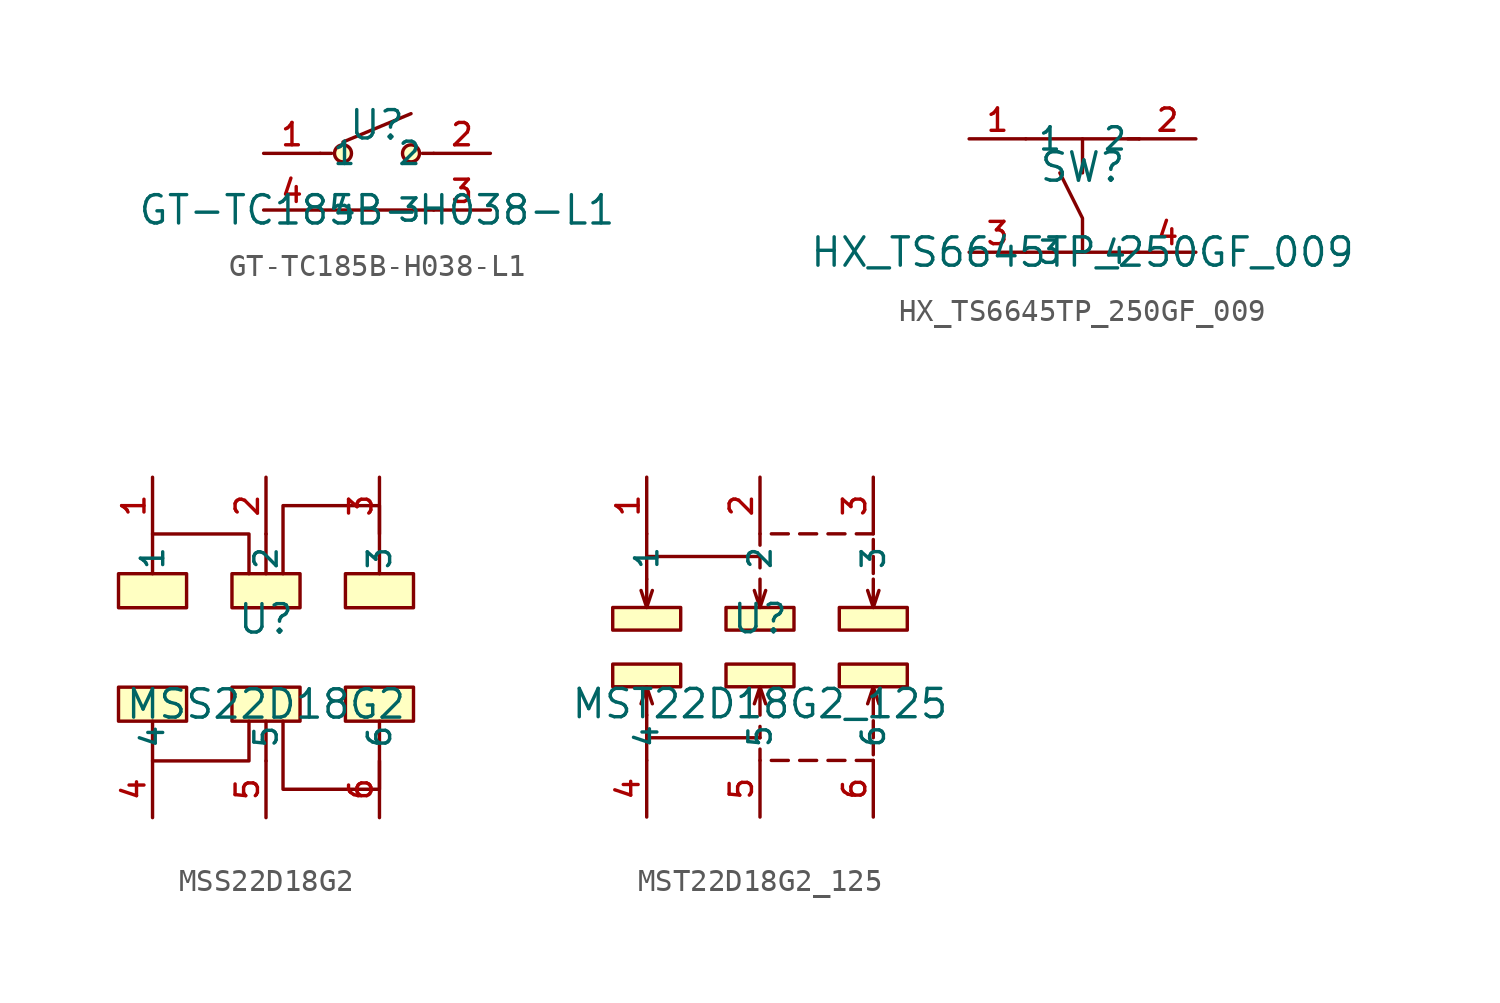
<source format=kicad_sym>
(kicad_symbol_lib
  (version 20231120)
  (generator "kicad_symbol_editor")
  (generator_version "8.0")
  (symbol "GT-TC185B-H038-L1"
    (property "Reference" "U"
      (at 0 1.27 0)
      (effects (font (size 1.27 1.27))))
    (property "Value" "GT-TC185B-H038-L1"
      (at 0 -2.54 0)
      (effects (font (size 1.27 1.27))))
    (symbol "GT-TC185B-H038-L1_0_1"
      (polyline (pts (xy -2.54 -2.54) (xy 2.54 -2.54)) (stroke (width 0) (type default) (color 0 0 0 0)) (fill (type none)))
      (circle (center -1.524 -0.0) (radius 0.381) (stroke (width 0) (type default) (color 0 0 0 0)) (fill (type background)))
      (circle (center 1.524 -0.0) (radius 0.381) (stroke (width 0) (type default) (color 0 0 0 0)) (fill (type background)))
      (polyline (pts (xy 2.032 -0.0) (xy 2.54 -0.0)) (stroke (width 0) (type default) (color 0 0 0 0)) (fill (type none)))
      (polyline (pts (xy -2.032 -0.0) (xy -2.54 -0.0)) (stroke (width 0) (type default) (color 0 0 0 0)) (fill (type none)))
      (polyline (pts (xy -1.524 0.508) (xy 1.524 1.778)) (stroke (width 0) (type default) (color 0 0 0 0)) (fill (type none)))
      (pin unspecified line (at -5.08 -0.0 0) (length 2.54) (name "1" (effects (font (size 1 1)))) (number "1" (effects (font (size 1 1)))))
      (pin unspecified line (at 5.08 -0.0 180) (length 2.54) (name "2" (effects (font (size 1 1)))) (number "2" (effects (font (size 1 1)))))
      (pin unspecified line (at 5.08 -2.54 180) (length 2.54) (name "3" (effects (font (size 1 1)))) (number "3" (effects (font (size 1 1)))))
      (pin unspecified line (at -5.08 -2.54 0) (length 2.54) (name "4" (effects (font (size 1 1)))) (number "4" (effects (font (size 1 1)))))))
  (symbol "HX_TS6645TP_250GF_009"
    (property "Reference" "SW"
      (at 0 1.27 0)
      (effects (font (size 1.27 1.27))))
    (property "Value" "HX_TS6645TP_250GF_009"
      (at 0 -2.54 0)
      (effects (font (size 1.27 1.27))))
    (symbol "HX_TS6645TP_250GF_009_0_1"
      (pin unspecified line (at 5.08 -2.54 180) (length 2.54) (name "4" (effects (font (size 1 1)))) (number "4" (effects (font (size 1 1)))))
      (pin unspecified line (at -5.08 -2.54 0) (length 2.54) (name "3" (effects (font (size 1 1)))) (number "3" (effects (font (size 1 1)))))
      (pin unspecified line (at 5.08 2.54 180) (length 2.54) (name "2" (effects (font (size 1 1)))) (number "2" (effects (font (size 1 1)))))
      (pin unspecified line (at -5.08 2.54 0) (length 2.54) (name "1" (effects (font (size 1 1)))) (number "1" (effects (font (size 1 1)))))
      (polyline (pts (xy 2.032 2.54) (xy 2.54 2.54)) (stroke (width 0) (type default) (color 0 0 0 0)) (fill (type none)))
      (polyline (pts (xy -2.54 2.54) (xy 2.54 2.54)) (stroke (width 0) (type default) (color 0 0 0 0)) (fill (type none)))
      (polyline (pts (xy -2.54 -2.54) (xy 2.54 -2.54)) (stroke (width 0) (type default) (color 0 0 0 0)) (fill (type none)))
      (polyline (pts (xy 0.0 2.54) (xy 0.0 1.016)) (stroke (width 0) (type default) (color 0 0 0 0)) (fill (type none)))
      (polyline (pts (xy 0.0 -2.54) (xy 0.0 -1.016) (xy -1.016 1.016)) (stroke (width 0) (type default) (color 0 0 0 0)) (fill (type none)))))
  (symbol "MSS22D18G2"
    (property "Reference" "U"
      (at 0 1.27 0)
      (effects (font (size 1.27 1.27))))
    (property "Value" "MSS22D18G2"
      (at 0 -2.54 0)
      (effects (font (size 1.27 1.27))))
    (symbol "MSS22D18G2_0_1"
      (rectangle (start -6.604 -1.778) (end -3.556 -3.302) (stroke (width 0) (type default)) (fill (type background)))
      (rectangle (start -6.604 3.302) (end -3.556 1.778) (stroke (width 0) (type default)) (fill (type background)))
      (rectangle (start -1.524 -1.778) (end 1.524 -3.302) (stroke (width 0) (type default)) (fill (type background)))
      (rectangle (start -1.524 3.302) (end 1.524 1.778) (stroke (width 0) (type default)) (fill (type background)))
      (polyline (pts (xy 0 -5.08) (xy 0 -3.302)) (stroke (width 0) (type default)) (fill (type none)))
      (polyline (pts (xy 0 5.08) (xy 0 3.302)) (stroke (width 0) (type default)) (fill (type none)))
      (polyline (pts (xy -5.08 -3.302) (xy -5.08 -5.08) (xy -0.762 -5.08) (xy -0.762 -3.302)) (stroke (width 0) (type default)) (fill (type none)))
      (polyline (pts (xy -5.08 3.302) (xy -5.08 5.08) (xy -0.762 5.08) (xy -0.762 3.302)) (stroke (width 0) (type default)) (fill (type none)))
      (polyline (pts (xy 0.762 -3.302) (xy 0.762 -6.35) (xy 5.08 -6.35) (xy 5.08 -3.302)) (stroke (width 0) (type default)) (fill (type none)))
      (polyline (pts (xy 0.762 3.302) (xy 0.762 6.35) (xy 5.08 6.35) (xy 5.08 3.302)) (stroke (width 0) (type default)) (fill (type none)))
      (rectangle (start 3.556 -1.778) (end 6.604 -3.302) (stroke (width 0) (type default)) (fill (type background)))
      (rectangle (start 3.556 3.302) (end 6.604 1.778) (stroke (width 0) (type default)) (fill (type background)))
      (pin unspecified line (at -5.08 7.62 270) (length 2.54) (name "1" (effects (font (size 1 1)))) (number "1" (effects (font (size 1 1)))))
      (pin unspecified line (at 0 7.62 270) (length 2.54) (name "2" (effects (font (size 1 1)))) (number "2" (effects (font (size 1 1)))))
      (pin unspecified line (at 5.08 7.62 270) (length 2.54) (name "3" (effects (font (size 1 1)))) (number "3" (effects (font (size 1 1)))))
      (pin unspecified line (at -5.08 -7.62 90) (length 2.54) (name "4" (effects (font (size 1 1)))) (number "4" (effects (font (size 1 1)))))
      (pin unspecified line (at 0 -7.62 90) (length 2.54) (name "5" (effects (font (size 1 1)))) (number "5" (effects (font (size 1 1)))))
      (pin unspecified line (at 5.08 -7.62 90) (length 2.54) (name "6" (effects (font (size 1 1)))) (number "6" (effects (font (size 1 1)))))))
  (symbol "MST22D18G2_125"
    (property "Reference" "U"
      (at 0 1.27 0)
      (effects (font (size 1.27 1.27))))
    (property "Value" "MST22D18G2_125"
      (at 0 -2.54 0)
      (effects (font (size 1.27 1.27))))
    (symbol "MST22D18G2_125_0_1"
      (rectangle (start -6.604 -0.762) (end -3.556 -1.778) (stroke (width 0) (type default)) (fill (type background)))
      (rectangle (start -6.604 1.778) (end -3.556 0.762) (stroke (width 0) (type default)) (fill (type background)))
      (rectangle (start -1.524 -0.762) (end 1.524 -1.778) (stroke (width 0) (type default)) (fill (type background)))
      (rectangle (start -1.524 1.778) (end 1.524 0.762) (stroke (width 0) (type default)) (fill (type background)))
      (polyline (pts (xy -5.08 -4.064) (xy -5.08 -5.08)) (stroke (width 0) (type default)) (fill (type none)))
      (polyline (pts (xy -5.08 -1.778) (xy -4.826 -2.54)) (stroke (width 0) (type default)) (fill (type none)))
      (polyline (pts (xy -5.08 1.778) (xy -4.826 2.54)) (stroke (width 0) (type default)) (fill (type none)))
      (polyline (pts (xy -5.08 4.064) (xy -5.08 5.08)) (stroke (width 0) (type default)) (fill (type none)))
      (polyline (pts (xy 0 -4.572) (xy 0 -5.08)) (stroke (width 0) (type default)) (fill (type none)))
      (polyline (pts (xy 0 -3.556) (xy 0 -4.064)) (stroke (width 0) (type default)) (fill (type none)))
      (polyline (pts (xy 0 -1.778) (xy 0.254 -2.54)) (stroke (width 0) (type default)) (fill (type none)))
      (polyline (pts (xy 0 1.778) (xy 0.254 2.54)) (stroke (width 0) (type default)) (fill (type none)))
      (polyline (pts (xy 0 3.556) (xy 0 4.064)) (stroke (width 0) (type default)) (fill (type none)))
      (polyline (pts (xy 0 4.572) (xy 0 5.08)) (stroke (width 0) (type default)) (fill (type none)))
      (polyline (pts (xy 0.508 -5.08) (xy 1.27 -5.08)) (stroke (width 0) (type default)) (fill (type none)))
      (polyline (pts (xy 0.508 5.08) (xy 1.27 5.08)) (stroke (width 0) (type default)) (fill (type none)))
      (polyline (pts (xy 1.778 -5.08) (xy 2.54 -5.08)) (stroke (width 0) (type default)) (fill (type none)))
      (polyline (pts (xy 1.778 5.08) (xy 2.54 5.08)) (stroke (width 0) (type default)) (fill (type none)))
      (polyline (pts (xy 3.048 -5.08) (xy 3.81 -5.08)) (stroke (width 0) (type default)) (fill (type none)))
      (polyline (pts (xy 3.048 5.08) (xy 3.81 5.08)) (stroke (width 0) (type default)) (fill (type none)))
      (polyline (pts (xy 4.318 -5.08) (xy 5.08 -5.08)) (stroke (width 0) (type default)) (fill (type none)))
      (polyline (pts (xy 4.318 5.08) (xy 5.08 5.08)) (stroke (width 0) (type default)) (fill (type none)))
      (polyline (pts (xy 5.08 -4.826) (xy 5.08 -4.318)) (stroke (width 0) (type default)) (fill (type none)))
      (polyline (pts (xy 5.08 -4.064) (xy 5.08 -3.302)) (stroke (width 0) (type default)) (fill (type none)))
      (polyline (pts (xy 5.08 -1.778) (xy 5.334 -2.54)) (stroke (width 0) (type default)) (fill (type none)))
      (polyline (pts (xy 5.08 1.778) (xy 5.334 2.54)) (stroke (width 0) (type default)) (fill (type none)))
      (polyline (pts (xy 5.08 4.064) (xy 5.08 3.302)) (stroke (width 0) (type default)) (fill (type none)))
      (polyline (pts (xy 5.08 4.826) (xy 5.08 4.318)) (stroke (width 0) (type default)) (fill (type none)))
      (polyline (pts (xy -5.08 -3.048) (xy -5.08 -4.064) (xy 0 -4.064)) (stroke (width 0) (type default)) (fill (type none)))
      (polyline (pts (xy -5.08 -3.048) (xy -5.08 -1.778) (xy -5.334 -2.54)) (stroke (width 0) (type default)) (fill (type none)))
      (polyline (pts (xy -5.08 3.048) (xy -5.08 1.778) (xy -5.334 2.54)) (stroke (width 0) (type default)) (fill (type none)))
      (polyline (pts (xy -5.08 3.048) (xy -5.08 4.064) (xy 0 4.064)) (stroke (width 0) (type default)) (fill (type none)))
      (polyline (pts (xy 0 -3.048) (xy 0 -1.778) (xy -0.254 -2.54)) (stroke (width 0) (type default)) (fill (type none)))
      (polyline (pts (xy 0 3.048) (xy 0 1.778) (xy -0.254 2.54)) (stroke (width 0) (type default)) (fill (type none)))
      (polyline (pts (xy 5.08 -3.048) (xy 5.08 -1.778) (xy 4.826 -2.54)) (stroke (width 0) (type default)) (fill (type none)))
      (polyline (pts (xy 5.08 3.048) (xy 5.08 1.778) (xy 4.826 2.54)) (stroke (width 0) (type default)) (fill (type none)))
      (rectangle (start 3.556 -0.762) (end 6.604 -1.778) (stroke (width 0) (type default)) (fill (type background)))
      (rectangle (start 3.556 1.778) (end 6.604 0.762) (stroke (width 0) (type default)) (fill (type background)))
      (pin unspecified line (at -5.08 7.62 270) (length 2.54) (name "1" (effects (font (size 1 1)))) (number "1" (effects (font (size 1 1)))))
      (pin unspecified line (at 0 7.62 270) (length 2.54) (name "2" (effects (font (size 1 1)))) (number "2" (effects (font (size 1 1)))))
      (pin unspecified line (at 5.08 7.62 270) (length 2.54) (name "3" (effects (font (size 1 1)))) (number "3" (effects (font (size 1 1)))))
      (pin unspecified line (at -5.08 -7.62 90) (length 2.54) (name "4" (effects (font (size 1 1)))) (number "4" (effects (font (size 1 1)))))
      (pin unspecified line (at 0 -7.62 90) (length 2.54) (name "5" (effects (font (size 1 1)))) (number "5" (effects (font (size 1 1)))))
      (pin unspecified line (at 5.08 -7.62 90) (length 2.54) (name "6" (effects (font (size 1 1)))) (number "6" (effects (font (size 1 1))))))))
</source>
